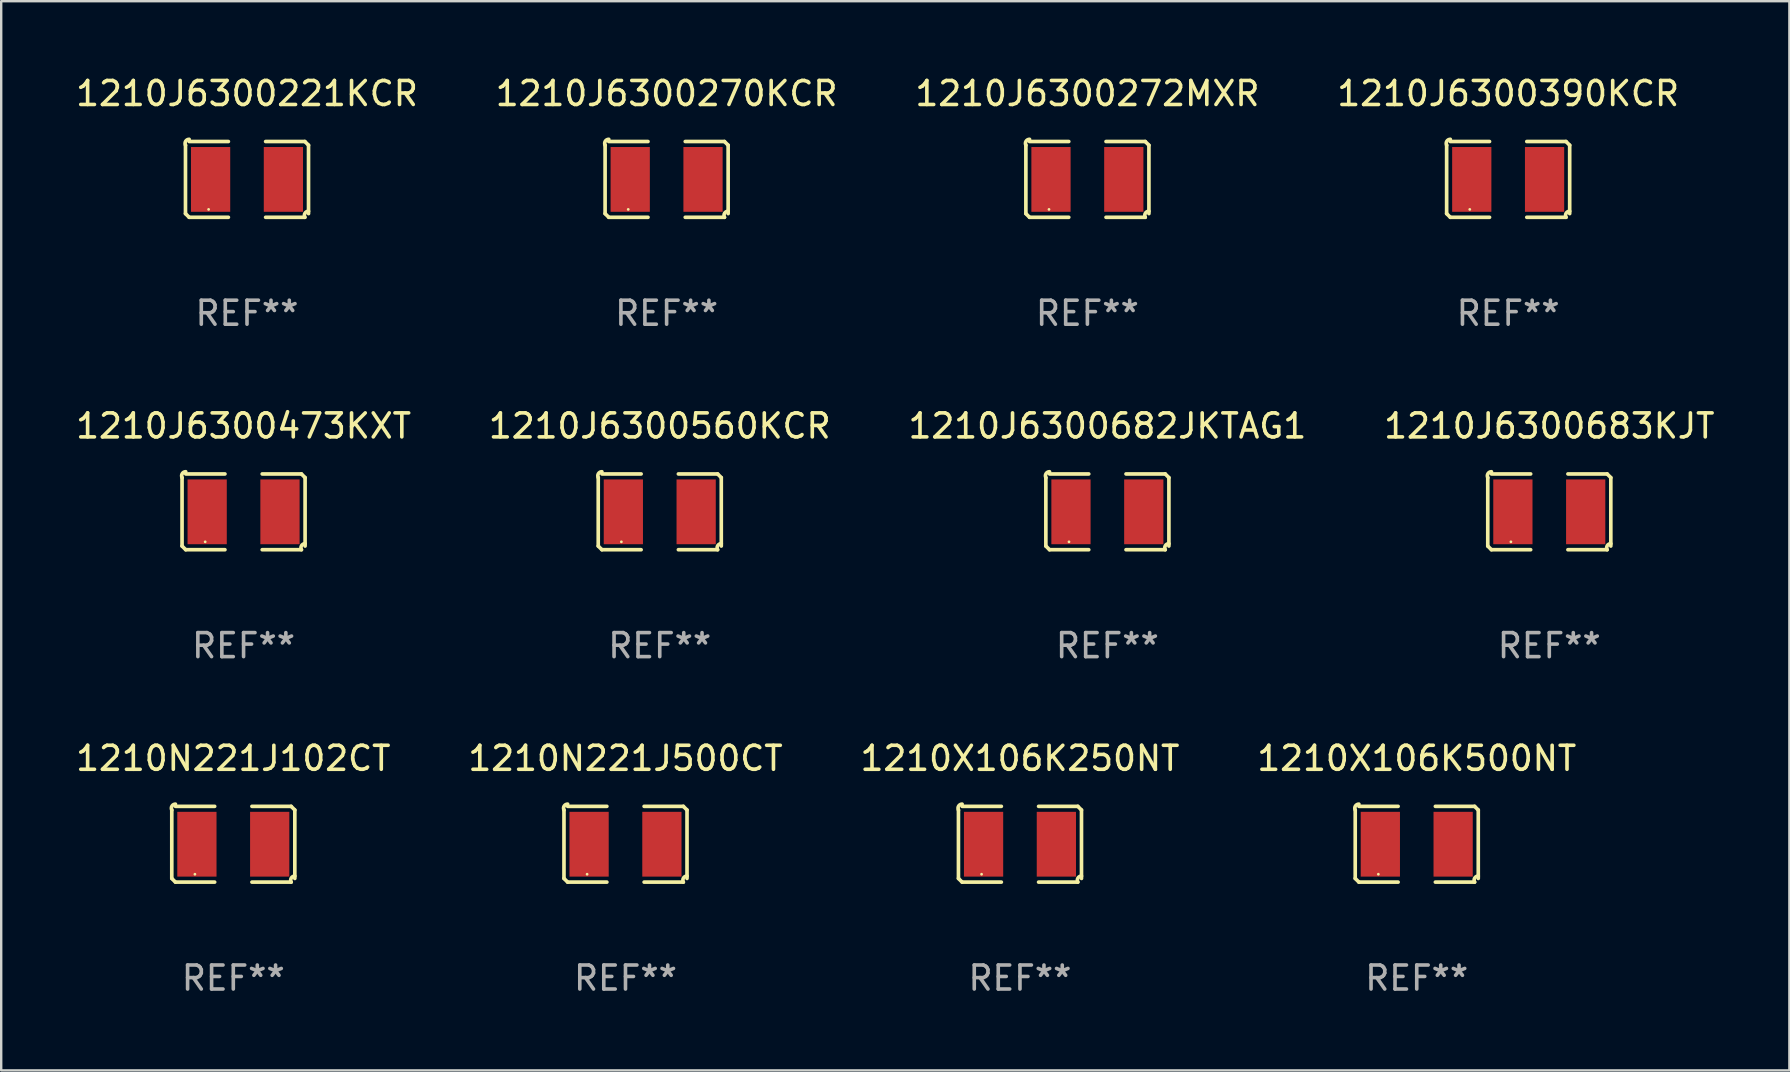
<source format=kicad_pcb>
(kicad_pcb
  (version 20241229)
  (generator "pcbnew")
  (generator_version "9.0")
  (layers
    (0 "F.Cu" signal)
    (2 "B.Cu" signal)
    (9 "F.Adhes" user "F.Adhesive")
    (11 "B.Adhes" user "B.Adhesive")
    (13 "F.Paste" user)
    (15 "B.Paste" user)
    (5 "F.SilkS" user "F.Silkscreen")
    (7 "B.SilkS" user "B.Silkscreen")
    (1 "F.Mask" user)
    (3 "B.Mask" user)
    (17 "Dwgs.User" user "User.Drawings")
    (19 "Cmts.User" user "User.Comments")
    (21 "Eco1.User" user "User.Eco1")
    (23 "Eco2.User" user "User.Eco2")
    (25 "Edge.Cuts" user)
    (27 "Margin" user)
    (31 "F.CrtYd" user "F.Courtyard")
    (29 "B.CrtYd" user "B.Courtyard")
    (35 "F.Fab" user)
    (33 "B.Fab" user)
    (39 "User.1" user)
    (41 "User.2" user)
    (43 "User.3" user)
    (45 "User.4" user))
  (footprint "1210J6300682JKTAG1"
    (layer "F.Cu")
    (at 43.101 18.281)
    (property "Reference" "1210J6300682JKTAG1" (at 0 -3.579 0) (layer "F.SilkS") (effects (font (size 1 1) (thickness 0.15))))
    (attr through_hole)
    (fp_line (start -2.564 1.426) (end -2.564 -1.426) (stroke (width 0.152) (type solid)) (layer "F.SilkS"))
    (fp_line (start -2.411 -1.579) (end -0.776 -1.579) (stroke (width 0.152) (type solid)) (layer "F.SilkS"))
    (fp_line (start -0.776 1.579) (end -2.411 1.579) (stroke (width 0.152) (type solid)) (layer "F.SilkS"))
    (fp_line (start 0.776 1.579) (end 2.411 1.579) (stroke (width 0.152) (type solid)) (layer "F.SilkS"))
    (fp_line (start 2.411 -1.579) (end 0.776 -1.579) (stroke (width 0.152) (type solid)) (layer "F.SilkS"))
    (fp_line (start 2.564 1.426) (end 2.564 -1.426) (stroke (width 0.152) (type solid)) (layer "F.SilkS"))
    (fp_arc (start -2.563602 -1.426213) (mid -2.555597 -1.591233) (end -2.411201 -1.671518) (stroke (width 0.1524) (type solid)) (layer "F.SilkS"))
    (fp_arc (start -2.5636 1.426214) (mid -2.487389 1.502402) (end -2.411201 1.578613) (stroke (width 0.1524) (type solid)) (layer "F.SilkS"))
    (fp_arc (start 2.411197 -1.578618) (mid 2.487403 -1.502419) (end 2.563602 -1.426213) (stroke (width 0.1524) (type solid)) (layer "F.SilkS"))
    (fp_arc (start 2.411201 1.578613) (mid 2.416214 1.409455) (end 2.563602 1.32629) (stroke (width 0.1524) (type solid)) (layer "F.SilkS"))
    (fp_circle (center -1.6 1.25) (end -1.57 1.25) (stroke (width 0.06) (type solid)) (fill no) (layer "F.SilkS"))
    (fp_text user "REF**" (at 0 5.579 0) (layer "F.Fab") (effects (font (size 1 1) (thickness 0.15))))
    (pad "1" smd rect (at -1.517 0) (size 1.635 2.7) (layers "F.Cu" "F.Mask" "F.Paste"))
    (pad "2" smd rect (at 1.517 0) (size 1.635 2.7) (layers "F.Cu" "F.Mask" "F.Paste")))
  (footprint "1210J6300221KCR"
    (layer "F.Cu")
    (at 7.244 4.427)
    (property "Reference" "1210J6300221KCR" (at 0 -3.579 0) (layer "F.SilkS") (effects (font (size 1 1) (thickness 0.15))))
    (attr through_hole)
    (fp_line (start -2.564 1.426) (end -2.564 -1.426) (stroke (width 0.152) (type solid)) (layer "F.SilkS"))
    (fp_line (start -2.411 -1.579) (end -0.776 -1.579) (stroke (width 0.152) (type solid)) (layer "F.SilkS"))
    (fp_line (start -0.776 1.579) (end -2.411 1.579) (stroke (width 0.152) (type solid)) (layer "F.SilkS"))
    (fp_line (start 0.776 1.579) (end 2.411 1.579) (stroke (width 0.152) (type solid)) (layer "F.SilkS"))
    (fp_line (start 2.411 -1.579) (end 0.776 -1.579) (stroke (width 0.152) (type solid)) (layer "F.SilkS"))
    (fp_line (start 2.564 1.426) (end 2.564 -1.426) (stroke (width 0.152) (type solid)) (layer "F.SilkS"))
    (fp_arc (start -2.563602 -1.426213) (mid -2.555597 -1.591233) (end -2.411201 -1.671518) (stroke (width 0.1524) (type solid)) (layer "F.SilkS"))
    (fp_arc (start -2.5636 1.426214) (mid -2.487389 1.502402) (end -2.411201 1.578613) (stroke (width 0.1524) (type solid)) (layer "F.SilkS"))
    (fp_arc (start 2.411197 -1.578618) (mid 2.487403 -1.502419) (end 2.563602 -1.426213) (stroke (width 0.1524) (type solid)) (layer "F.SilkS"))
    (fp_arc (start 2.411201 1.578613) (mid 2.416214 1.409455) (end 2.563602 1.32629) (stroke (width 0.1524) (type solid)) (layer "F.SilkS"))
    (fp_circle (center -1.6 1.25) (end -1.57 1.25) (stroke (width 0.06) (type solid)) (fill no) (layer "F.SilkS"))
    (fp_text user "REF**" (at 0 5.579 0) (layer "F.Fab") (effects (font (size 1 1) (thickness 0.15))))
    (pad "1" smd rect (at -1.517 0) (size 1.635 2.7) (layers "F.Cu" "F.Mask" "F.Paste"))
    (pad "2" smd rect (at 1.517 0) (size 1.635 2.7) (layers "F.Cu" "F.Mask" "F.Paste")))
  (footprint "1210J6300270KCR"
    (layer "F.Cu")
    (at 24.732 4.427)
    (property "Reference" "1210J6300270KCR" (at 0 -3.579 0) (layer "F.SilkS") (effects (font (size 1 1) (thickness 0.15))))
    (attr through_hole)
    (fp_line (start -2.564 1.426) (end -2.564 -1.426) (stroke (width 0.152) (type solid)) (layer "F.SilkS"))
    (fp_line (start -2.411 -1.579) (end -0.776 -1.579) (stroke (width 0.152) (type solid)) (layer "F.SilkS"))
    (fp_line (start -0.776 1.579) (end -2.411 1.579) (stroke (width 0.152) (type solid)) (layer "F.SilkS"))
    (fp_line (start 0.776 1.579) (end 2.411 1.579) (stroke (width 0.152) (type solid)) (layer "F.SilkS"))
    (fp_line (start 2.411 -1.579) (end 0.776 -1.579) (stroke (width 0.152) (type solid)) (layer "F.SilkS"))
    (fp_line (start 2.564 1.426) (end 2.564 -1.426) (stroke (width 0.152) (type solid)) (layer "F.SilkS"))
    (fp_arc (start -2.563602 -1.426213) (mid -2.555597 -1.591233) (end -2.411201 -1.671518) (stroke (width 0.1524) (type solid)) (layer "F.SilkS"))
    (fp_arc (start -2.5636 1.426214) (mid -2.487389 1.502402) (end -2.411201 1.578613) (stroke (width 0.1524) (type solid)) (layer "F.SilkS"))
    (fp_arc (start 2.411197 -1.578618) (mid 2.487403 -1.502419) (end 2.563602 -1.426213) (stroke (width 0.1524) (type solid)) (layer "F.SilkS"))
    (fp_arc (start 2.411201 1.578613) (mid 2.416214 1.409455) (end 2.563602 1.32629) (stroke (width 0.1524) (type solid)) (layer "F.SilkS"))
    (fp_circle (center -1.6 1.25) (end -1.57 1.25) (stroke (width 0.06) (type solid)) (fill no) (layer "F.SilkS"))
    (fp_text user "REF**" (at 0 5.579 0) (layer "F.Fab") (effects (font (size 1 1) (thickness 0.15))))
    (pad "1" smd rect (at -1.517 0) (size 1.635 2.7) (layers "F.Cu" "F.Mask" "F.Paste"))
    (pad "2" smd rect (at 1.517 0) (size 1.635 2.7) (layers "F.Cu" "F.Mask" "F.Paste")))
  (footprint "1210J6300683KJT"
    (layer "F.Cu")
    (at 61.518 18.281)
    (property "Reference" "1210J6300683KJT" (at 0 -3.579 0) (layer "F.SilkS") (effects (font (size 1 1) (thickness 0.15))))
    (attr through_hole)
    (fp_line (start -2.564 1.426) (end -2.564 -1.426) (stroke (width 0.152) (type solid)) (layer "F.SilkS"))
    (fp_line (start -2.411 -1.579) (end -0.776 -1.579) (stroke (width 0.152) (type solid)) (layer "F.SilkS"))
    (fp_line (start -0.776 1.579) (end -2.411 1.579) (stroke (width 0.152) (type solid)) (layer "F.SilkS"))
    (fp_line (start 0.776 1.579) (end 2.411 1.579) (stroke (width 0.152) (type solid)) (layer "F.SilkS"))
    (fp_line (start 2.411 -1.579) (end 0.776 -1.579) (stroke (width 0.152) (type solid)) (layer "F.SilkS"))
    (fp_line (start 2.564 1.426) (end 2.564 -1.426) (stroke (width 0.152) (type solid)) (layer "F.SilkS"))
    (fp_arc (start -2.563602 -1.426213) (mid -2.555597 -1.591233) (end -2.411201 -1.671518) (stroke (width 0.1524) (type solid)) (layer "F.SilkS"))
    (fp_arc (start -2.5636 1.426214) (mid -2.487389 1.502402) (end -2.411201 1.578613) (stroke (width 0.1524) (type solid)) (layer "F.SilkS"))
    (fp_arc (start 2.411197 -1.578618) (mid 2.487403 -1.502419) (end 2.563602 -1.426213) (stroke (width 0.1524) (type solid)) (layer "F.SilkS"))
    (fp_arc (start 2.411201 1.578613) (mid 2.416214 1.409455) (end 2.563602 1.32629) (stroke (width 0.1524) (type solid)) (layer "F.SilkS"))
    (fp_circle (center -1.6 1.25) (end -1.57 1.25) (stroke (width 0.06) (type solid)) (fill no) (layer "F.SilkS"))
    (fp_text user "REF**" (at 0 5.579 0) (layer "F.Fab") (effects (font (size 1 1) (thickness 0.15))))
    (pad "1" smd rect (at -1.517 0) (size 1.635 2.7) (layers "F.Cu" "F.Mask" "F.Paste"))
    (pad "2" smd rect (at 1.517 0) (size 1.635 2.7) (layers "F.Cu" "F.Mask" "F.Paste")))
  (footprint "1210J6300272MXR"
    (layer "F.Cu")
    (at 42.268 4.427)
    (property "Reference" "1210J6300272MXR" (at 0 -3.579 0) (layer "F.SilkS") (effects (font (size 1 1) (thickness 0.15))))
    (attr through_hole)
    (fp_line (start -2.564 1.426) (end -2.564 -1.426) (stroke (width 0.152) (type solid)) (layer "F.SilkS"))
    (fp_line (start -2.411 -1.579) (end -0.776 -1.579) (stroke (width 0.152) (type solid)) (layer "F.SilkS"))
    (fp_line (start -0.776 1.579) (end -2.411 1.579) (stroke (width 0.152) (type solid)) (layer "F.SilkS"))
    (fp_line (start 0.776 1.579) (end 2.411 1.579) (stroke (width 0.152) (type solid)) (layer "F.SilkS"))
    (fp_line (start 2.411 -1.579) (end 0.776 -1.579) (stroke (width 0.152) (type solid)) (layer "F.SilkS"))
    (fp_line (start 2.564 1.426) (end 2.564 -1.426) (stroke (width 0.152) (type solid)) (layer "F.SilkS"))
    (fp_arc (start -2.563602 -1.426213) (mid -2.555597 -1.591233) (end -2.411201 -1.671518) (stroke (width 0.1524) (type solid)) (layer "F.SilkS"))
    (fp_arc (start -2.5636 1.426214) (mid -2.487389 1.502402) (end -2.411201 1.578613) (stroke (width 0.1524) (type solid)) (layer "F.SilkS"))
    (fp_arc (start 2.411197 -1.578618) (mid 2.487403 -1.502419) (end 2.563602 -1.426213) (stroke (width 0.1524) (type solid)) (layer "F.SilkS"))
    (fp_arc (start 2.411201 1.578613) (mid 2.416214 1.409455) (end 2.563602 1.32629) (stroke (width 0.1524) (type solid)) (layer "F.SilkS"))
    (fp_circle (center -1.6 1.25) (end -1.57 1.25) (stroke (width 0.06) (type solid)) (fill no) (layer "F.SilkS"))
    (fp_text user "REF**" (at 0 5.579 0) (layer "F.Fab") (effects (font (size 1 1) (thickness 0.15))))
    (pad "1" smd rect (at -1.517 0) (size 1.635 2.7) (layers "F.Cu" "F.Mask" "F.Paste"))
    (pad "2" smd rect (at 1.517 0) (size 1.635 2.7) (layers "F.Cu" "F.Mask" "F.Paste")))
  (footprint "1210J6300390KCR"
    (layer "F.Cu")
    (at 59.804 4.427)
    (property "Reference" "1210J6300390KCR" (at 0 -3.579 0) (layer "F.SilkS") (effects (font (size 1 1) (thickness 0.15))))
    (attr through_hole)
    (fp_line (start -2.564 1.426) (end -2.564 -1.426) (stroke (width 0.152) (type solid)) (layer "F.SilkS"))
    (fp_line (start -2.411 -1.579) (end -0.776 -1.579) (stroke (width 0.152) (type solid)) (layer "F.SilkS"))
    (fp_line (start -0.776 1.579) (end -2.411 1.579) (stroke (width 0.152) (type solid)) (layer "F.SilkS"))
    (fp_line (start 0.776 1.579) (end 2.411 1.579) (stroke (width 0.152) (type solid)) (layer "F.SilkS"))
    (fp_line (start 2.411 -1.579) (end 0.776 -1.579) (stroke (width 0.152) (type solid)) (layer "F.SilkS"))
    (fp_line (start 2.564 1.426) (end 2.564 -1.426) (stroke (width 0.152) (type solid)) (layer "F.SilkS"))
    (fp_arc (start -2.563602 -1.426213) (mid -2.555597 -1.591233) (end -2.411201 -1.671518) (stroke (width 0.1524) (type solid)) (layer "F.SilkS"))
    (fp_arc (start -2.5636 1.426214) (mid -2.487389 1.502402) (end -2.411201 1.578613) (stroke (width 0.1524) (type solid)) (layer "F.SilkS"))
    (fp_arc (start 2.411197 -1.578618) (mid 2.487403 -1.502419) (end 2.563602 -1.426213) (stroke (width 0.1524) (type solid)) (layer "F.SilkS"))
    (fp_arc (start 2.411201 1.578613) (mid 2.416214 1.409455) (end 2.563602 1.32629) (stroke (width 0.1524) (type solid)) (layer "F.SilkS"))
    (fp_circle (center -1.6 1.25) (end -1.57 1.25) (stroke (width 0.06) (type solid)) (fill no) (layer "F.SilkS"))
    (fp_text user "REF**" (at 0 5.579 0) (layer "F.Fab") (effects (font (size 1 1) (thickness 0.15))))
    (pad "1" smd rect (at -1.517 0) (size 1.635 2.7) (layers "F.Cu" "F.Mask" "F.Paste"))
    (pad "2" smd rect (at 1.517 0) (size 1.635 2.7) (layers "F.Cu" "F.Mask" "F.Paste")))
  (footprint "1210J6300560KCR"
    (layer "F.Cu")
    (at 24.446 18.281)
    (property "Reference" "1210J6300560KCR" (at 0 -3.579 0) (layer "F.SilkS") (effects (font (size 1 1) (thickness 0.15))))
    (attr through_hole)
    (fp_line (start -2.564 1.426) (end -2.564 -1.426) (stroke (width 0.152) (type solid)) (layer "F.SilkS"))
    (fp_line (start -2.411 -1.579) (end -0.776 -1.579) (stroke (width 0.152) (type solid)) (layer "F.SilkS"))
    (fp_line (start -0.776 1.579) (end -2.411 1.579) (stroke (width 0.152) (type solid)) (layer "F.SilkS"))
    (fp_line (start 0.776 1.579) (end 2.411 1.579) (stroke (width 0.152) (type solid)) (layer "F.SilkS"))
    (fp_line (start 2.411 -1.579) (end 0.776 -1.579) (stroke (width 0.152) (type solid)) (layer "F.SilkS"))
    (fp_line (start 2.564 1.426) (end 2.564 -1.426) (stroke (width 0.152) (type solid)) (layer "F.SilkS"))
    (fp_arc (start -2.563602 -1.426213) (mid -2.555597 -1.591233) (end -2.411201 -1.671518) (stroke (width 0.1524) (type solid)) (layer "F.SilkS"))
    (fp_arc (start -2.5636 1.426214) (mid -2.487389 1.502402) (end -2.411201 1.578613) (stroke (width 0.1524) (type solid)) (layer "F.SilkS"))
    (fp_arc (start 2.411197 -1.578618) (mid 2.487403 -1.502419) (end 2.563602 -1.426213) (stroke (width 0.1524) (type solid)) (layer "F.SilkS"))
    (fp_arc (start 2.411201 1.578613) (mid 2.416214 1.409455) (end 2.563602 1.32629) (stroke (width 0.1524) (type solid)) (layer "F.SilkS"))
    (fp_circle (center -1.6 1.25) (end -1.57 1.25) (stroke (width 0.06) (type solid)) (fill no) (layer "F.SilkS"))
    (fp_text user "REF**" (at 0 5.579 0) (layer "F.Fab") (effects (font (size 1 1) (thickness 0.15))))
    (pad "1" smd rect (at -1.517 0) (size 1.635 2.7) (layers "F.Cu" "F.Mask" "F.Paste"))
    (pad "2" smd rect (at 1.517 0) (size 1.635 2.7) (layers "F.Cu" "F.Mask" "F.Paste")))
  (footprint "1210N221J500CT"
    (layer "F.Cu")
    (at 23.018 32.134)
    (property "Reference" "1210N221J500CT" (at 0 -3.579 0) (layer "F.SilkS") (effects (font (size 1 1) (thickness 0.15))))
    (attr through_hole)
    (fp_line (start -2.564 1.426) (end -2.564 -1.426) (stroke (width 0.152) (type solid)) (layer "F.SilkS"))
    (fp_line (start -2.411 -1.579) (end -0.776 -1.579) (stroke (width 0.152) (type solid)) (layer "F.SilkS"))
    (fp_line (start -0.776 1.579) (end -2.411 1.579) (stroke (width 0.152) (type solid)) (layer "F.SilkS"))
    (fp_line (start 0.776 1.579) (end 2.411 1.579) (stroke (width 0.152) (type solid)) (layer "F.SilkS"))
    (fp_line (start 2.411 -1.579) (end 0.776 -1.579) (stroke (width 0.152) (type solid)) (layer "F.SilkS"))
    (fp_line (start 2.564 1.426) (end 2.564 -1.426) (stroke (width 0.152) (type solid)) (layer "F.SilkS"))
    (fp_arc (start -2.563602 -1.426213) (mid -2.555597 -1.591233) (end -2.411201 -1.671518) (stroke (width 0.1524) (type solid)) (layer "F.SilkS"))
    (fp_arc (start -2.5636 1.426214) (mid -2.487389 1.502402) (end -2.411201 1.578613) (stroke (width 0.1524) (type solid)) (layer "F.SilkS"))
    (fp_arc (start 2.411197 -1.578618) (mid 2.487403 -1.502419) (end 2.563602 -1.426213) (stroke (width 0.1524) (type solid)) (layer "F.SilkS"))
    (fp_arc (start 2.411201 1.578613) (mid 2.416214 1.409455) (end 2.563602 1.32629) (stroke (width 0.1524) (type solid)) (layer "F.SilkS"))
    (fp_circle (center -1.6 1.25) (end -1.57 1.25) (stroke (width 0.06) (type solid)) (fill no) (layer "F.SilkS"))
    (fp_text user "REF**" (at 0 5.579 0) (layer "F.Fab") (effects (font (size 1 1) (thickness 0.15))))
    (pad "1" smd rect (at -1.517 0) (size 1.635 2.7) (layers "F.Cu" "F.Mask" "F.Paste"))
    (pad "2" smd rect (at 1.517 0) (size 1.635 2.7) (layers "F.Cu" "F.Mask" "F.Paste")))
  (footprint "1210N221J102CT"
    (layer "F.Cu")
    (at 6.673 32.134)
    (property "Reference" "1210N221J102CT" (at 0 -3.579 0) (layer "F.SilkS") (effects (font (size 1 1) (thickness 0.15))))
    (attr through_hole)
    (fp_line (start -2.564 1.426) (end -2.564 -1.426) (stroke (width 0.152) (type solid)) (layer "F.SilkS"))
    (fp_line (start -2.411 -1.579) (end -0.776 -1.579) (stroke (width 0.152) (type solid)) (layer "F.SilkS"))
    (fp_line (start -0.776 1.579) (end -2.411 1.579) (stroke (width 0.152) (type solid)) (layer "F.SilkS"))
    (fp_line (start 0.776 1.579) (end 2.411 1.579) (stroke (width 0.152) (type solid)) (layer "F.SilkS"))
    (fp_line (start 2.411 -1.579) (end 0.776 -1.579) (stroke (width 0.152) (type solid)) (layer "F.SilkS"))
    (fp_line (start 2.564 1.426) (end 2.564 -1.426) (stroke (width 0.152) (type solid)) (layer "F.SilkS"))
    (fp_arc (start -2.563602 -1.426213) (mid -2.555597 -1.591233) (end -2.411201 -1.671518) (stroke (width 0.1524) (type solid)) (layer "F.SilkS"))
    (fp_arc (start -2.5636 1.426214) (mid -2.487389 1.502402) (end -2.411201 1.578613) (stroke (width 0.1524) (type solid)) (layer "F.SilkS"))
    (fp_arc (start 2.411197 -1.578618) (mid 2.487403 -1.502419) (end 2.563602 -1.426213) (stroke (width 0.1524) (type solid)) (layer "F.SilkS"))
    (fp_arc (start 2.411201 1.578613) (mid 2.416214 1.409455) (end 2.563602 1.32629) (stroke (width 0.1524) (type solid)) (layer "F.SilkS"))
    (fp_circle (center -1.6 1.25) (end -1.57 1.25) (stroke (width 0.06) (type solid)) (fill no) (layer "F.SilkS"))
    (fp_text user "REF**" (at 0 5.579 0) (layer "F.Fab") (effects (font (size 1 1) (thickness 0.15))))
    (pad "1" smd rect (at -1.517 0) (size 1.635 2.7) (layers "F.Cu" "F.Mask" "F.Paste"))
    (pad "2" smd rect (at 1.517 0) (size 1.635 2.7) (layers "F.Cu" "F.Mask" "F.Paste")))
  (footprint "1210J6300473KXT"
    (layer "F.Cu")
    (at 7.101 18.281)
    (property "Reference" "1210J6300473KXT" (at 0 -3.579 0) (layer "F.SilkS") (effects (font (size 1 1) (thickness 0.15))))
    (attr through_hole)
    (fp_line (start -2.564 1.426) (end -2.564 -1.426) (stroke (width 0.152) (type solid)) (layer "F.SilkS"))
    (fp_line (start -2.411 -1.579) (end -0.776 -1.579) (stroke (width 0.152) (type solid)) (layer "F.SilkS"))
    (fp_line (start -0.776 1.579) (end -2.411 1.579) (stroke (width 0.152) (type solid)) (layer "F.SilkS"))
    (fp_line (start 0.776 1.579) (end 2.411 1.579) (stroke (width 0.152) (type solid)) (layer "F.SilkS"))
    (fp_line (start 2.411 -1.579) (end 0.776 -1.579) (stroke (width 0.152) (type solid)) (layer "F.SilkS"))
    (fp_line (start 2.564 1.426) (end 2.564 -1.426) (stroke (width 0.152) (type solid)) (layer "F.SilkS"))
    (fp_arc (start -2.563602 -1.426213) (mid -2.555597 -1.591233) (end -2.411201 -1.671518) (stroke (width 0.1524) (type solid)) (layer "F.SilkS"))
    (fp_arc (start -2.5636 1.426214) (mid -2.487389 1.502402) (end -2.411201 1.578613) (stroke (width 0.1524) (type solid)) (layer "F.SilkS"))
    (fp_arc (start 2.411197 -1.578618) (mid 2.487403 -1.502419) (end 2.563602 -1.426213) (stroke (width 0.1524) (type solid)) (layer "F.SilkS"))
    (fp_arc (start 2.411201 1.578613) (mid 2.416214 1.409455) (end 2.563602 1.32629) (stroke (width 0.1524) (type solid)) (layer "F.SilkS"))
    (fp_circle (center -1.6 1.25) (end -1.57 1.25) (stroke (width 0.06) (type solid)) (fill no) (layer "F.SilkS"))
    (fp_text user "REF**" (at 0 5.579 0) (layer "F.Fab") (effects (font (size 1 1) (thickness 0.15))))
    (pad "1" smd rect (at -1.517 0) (size 1.635 2.7) (layers "F.Cu" "F.Mask" "F.Paste"))
    (pad "2" smd rect (at 1.517 0) (size 1.635 2.7) (layers "F.Cu" "F.Mask" "F.Paste")))
  (footprint "1210X106K250NT"
    (layer "F.Cu")
    (at 39.458 32.134)
    (property "Reference" "1210X106K250NT" (at 0 -3.579 0) (layer "F.SilkS") (effects (font (size 1 1) (thickness 0.15))))
    (attr through_hole)
    (fp_line (start -2.564 1.426) (end -2.564 -1.426) (stroke (width 0.152) (type solid)) (layer "F.SilkS"))
    (fp_line (start -2.411 -1.579) (end -0.776 -1.579) (stroke (width 0.152) (type solid)) (layer "F.SilkS"))
    (fp_line (start -0.776 1.579) (end -2.411 1.579) (stroke (width 0.152) (type solid)) (layer "F.SilkS"))
    (fp_line (start 0.776 1.579) (end 2.411 1.579) (stroke (width 0.152) (type solid)) (layer "F.SilkS"))
    (fp_line (start 2.411 -1.579) (end 0.776 -1.579) (stroke (width 0.152) (type solid)) (layer "F.SilkS"))
    (fp_line (start 2.564 1.426) (end 2.564 -1.426) (stroke (width 0.152) (type solid)) (layer "F.SilkS"))
    (fp_arc (start -2.563602 -1.426213) (mid -2.555597 -1.591233) (end -2.411201 -1.671518) (stroke (width 0.1524) (type solid)) (layer "F.SilkS"))
    (fp_arc (start -2.5636 1.426214) (mid -2.487389 1.502402) (end -2.411201 1.578613) (stroke (width 0.1524) (type solid)) (layer "F.SilkS"))
    (fp_arc (start 2.411197 -1.578618) (mid 2.487403 -1.502419) (end 2.563602 -1.426213) (stroke (width 0.1524) (type solid)) (layer "F.SilkS"))
    (fp_arc (start 2.411201 1.578613) (mid 2.416214 1.409455) (end 2.563602 1.32629) (stroke (width 0.1524) (type solid)) (layer "F.SilkS"))
    (fp_circle (center -1.6 1.25) (end -1.57 1.25) (stroke (width 0.06) (type solid)) (fill no) (layer "F.SilkS"))
    (fp_text user "REF**" (at 0 5.579 0) (layer "F.Fab") (effects (font (size 1 1) (thickness 0.15))))
    (pad "1" smd rect (at -1.517 0) (size 1.635 2.7) (layers "F.Cu" "F.Mask" "F.Paste"))
    (pad "2" smd rect (at 1.517 0) (size 1.635 2.7) (layers "F.Cu" "F.Mask" "F.Paste")))
  (footprint "1210X106K500NT"
    (layer "F.Cu")
    (at 55.994 32.134)
    (property "Reference" "1210X106K500NT" (at 0 -3.579 0) (layer "F.SilkS") (effects (font (size 1 1) (thickness 0.15))))
    (attr through_hole)
    (fp_line (start -2.564 1.426) (end -2.564 -1.426) (stroke (width 0.152) (type solid)) (layer "F.SilkS"))
    (fp_line (start -2.411 -1.579) (end -0.776 -1.579) (stroke (width 0.152) (type solid)) (layer "F.SilkS"))
    (fp_line (start -0.776 1.579) (end -2.411 1.579) (stroke (width 0.152) (type solid)) (layer "F.SilkS"))
    (fp_line (start 0.776 1.579) (end 2.411 1.579) (stroke (width 0.152) (type solid)) (layer "F.SilkS"))
    (fp_line (start 2.411 -1.579) (end 0.776 -1.579) (stroke (width 0.152) (type solid)) (layer "F.SilkS"))
    (fp_line (start 2.564 1.426) (end 2.564 -1.426) (stroke (width 0.152) (type solid)) (layer "F.SilkS"))
    (fp_arc (start -2.563602 -1.426213) (mid -2.555597 -1.591233) (end -2.411201 -1.671518) (stroke (width 0.1524) (type solid)) (layer "F.SilkS"))
    (fp_arc (start -2.5636 1.426214) (mid -2.487389 1.502402) (end -2.411201 1.578613) (stroke (width 0.1524) (type solid)) (layer "F.SilkS"))
    (fp_arc (start 2.411197 -1.578618) (mid 2.487403 -1.502419) (end 2.563602 -1.426213) (stroke (width 0.1524) (type solid)) (layer "F.SilkS"))
    (fp_arc (start 2.411201 1.578613) (mid 2.416214 1.409455) (end 2.563602 1.32629) (stroke (width 0.1524) (type solid)) (layer "F.SilkS"))
    (fp_circle (center -1.6 1.25) (end -1.57 1.25) (stroke (width 0.06) (type solid)) (fill no) (layer "F.SilkS"))
    (fp_text user "REF**" (at 0 5.579 0) (layer "F.Fab") (effects (font (size 1 1) (thickness 0.15))))
    (pad "1" smd rect (at -1.517 0) (size 1.635 2.7) (layers "F.Cu" "F.Mask" "F.Paste"))
    (pad "2" smd rect (at 1.517 0) (size 1.635 2.7) (layers "F.Cu" "F.Mask" "F.Paste")))
  (gr_rect
    (start -3 -3)
    (end 71.524 41.561)
    (stroke (width 0.1) (type default))
    (fill no)
    (layer "Edge.Cuts")))
</source>
